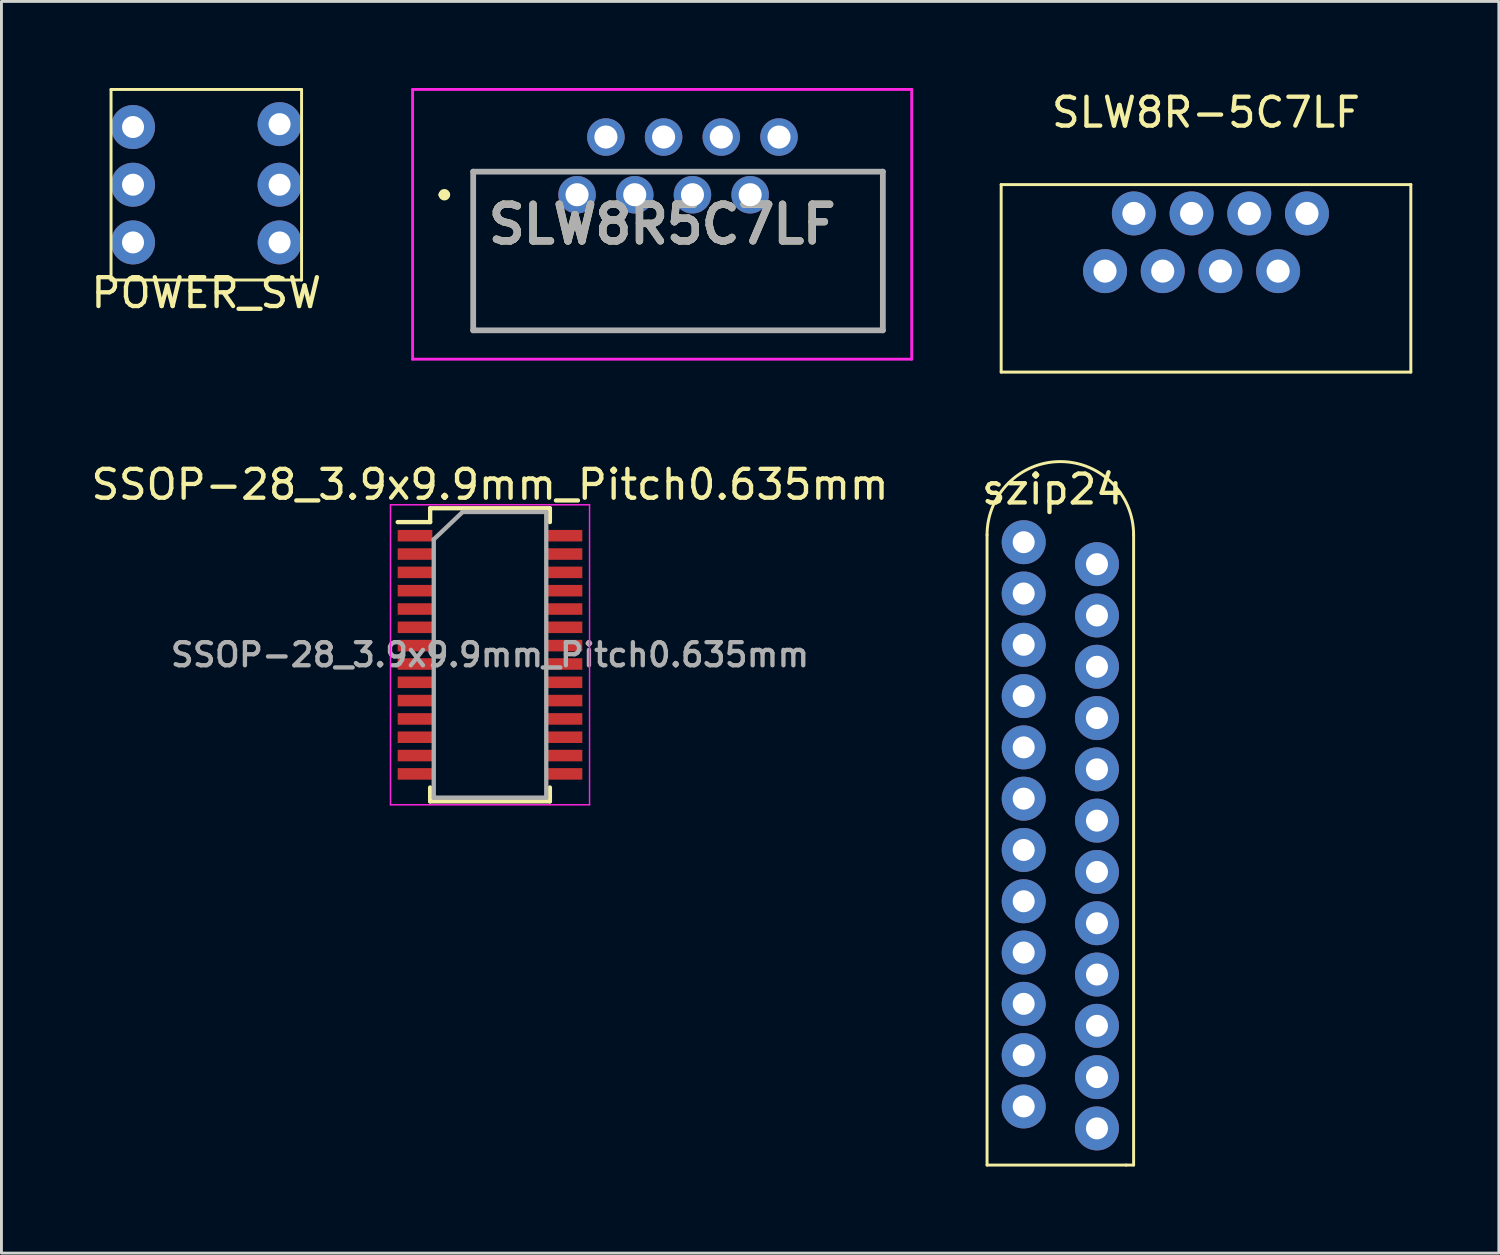
<source format=kicad_pcb>
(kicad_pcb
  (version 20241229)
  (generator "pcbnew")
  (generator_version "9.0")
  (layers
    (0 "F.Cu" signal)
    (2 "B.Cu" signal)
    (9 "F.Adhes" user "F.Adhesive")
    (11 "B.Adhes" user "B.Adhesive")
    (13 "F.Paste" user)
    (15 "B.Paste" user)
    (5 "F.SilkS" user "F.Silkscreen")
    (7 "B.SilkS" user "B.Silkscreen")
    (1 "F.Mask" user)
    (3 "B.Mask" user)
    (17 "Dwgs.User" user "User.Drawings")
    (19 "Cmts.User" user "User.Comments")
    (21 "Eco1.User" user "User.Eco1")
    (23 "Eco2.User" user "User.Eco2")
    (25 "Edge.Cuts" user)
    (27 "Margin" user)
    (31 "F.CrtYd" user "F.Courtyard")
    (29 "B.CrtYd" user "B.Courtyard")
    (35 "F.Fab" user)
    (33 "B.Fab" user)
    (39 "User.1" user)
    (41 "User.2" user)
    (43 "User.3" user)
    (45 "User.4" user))
  (footprint "SSOP-28_3.9x9.9mm_Pitch0.635mm"
    (layer "F.Cu")
    (at 13.935 19.647)
    (property "Reference" "SSOP-28_3.9x9.9mm_Pitch0.635mm" (at 0 -5.9 0) (layer "F.SilkS") (effects (font (size 1 1) (thickness 0.15))))
    (attr smd)
    (fp_line (start -2.075 -5.08) (end -2.075 -4.6) (stroke (width 0.15) (type solid)) (layer "F.SilkS"))
    (fp_line (start -2.075 -5.08) (end 2.075 -5.08) (stroke (width 0.15) (type solid)) (layer "F.SilkS"))
    (fp_line (start -2.075 -4.6) (end -3.2 -4.6) (stroke (width 0.15) (type solid)) (layer "F.SilkS"))
    (fp_line (start -2.075 5.08) (end -2.075 4.6) (stroke (width 0.15) (type solid)) (layer "F.SilkS"))
    (fp_line (start -2.075 5.08) (end 2.075 5.08) (stroke (width 0.15) (type solid)) (layer "F.SilkS"))
    (fp_line (start 2.075 -5.08) (end 2.075 -4.6) (stroke (width 0.15) (type solid)) (layer "F.SilkS"))
    (fp_line (start 2.075 5.08) (end 2.075 4.6) (stroke (width 0.15) (type solid)) (layer "F.SilkS"))
    (fp_line (start -3.45 -5.2) (end -3.45 5.2) (stroke (width 0.05) (type solid)) (layer "F.CrtYd"))
    (fp_line (start -3.45 -5.2) (end 3.45 -5.2) (stroke (width 0.05) (type solid)) (layer "F.CrtYd"))
    (fp_line (start -3.45 5.2) (end 3.45 5.2) (stroke (width 0.05) (type solid)) (layer "F.CrtYd"))
    (fp_line (start 3.45 -5.2) (end 3.45 5.2) (stroke (width 0.05) (type solid)) (layer "F.CrtYd"))
    (fp_line (start -1.95 -4) (end -0.95 -4.95) (stroke (width 0.15) (type solid)) (layer "F.Fab"))
    (fp_line (start -1.95 4.95) (end -1.95 -4) (stroke (width 0.15) (type solid)) (layer "F.Fab"))
    (fp_line (start -0.95 -4.95) (end 1.95 -4.95) (stroke (width 0.15) (type solid)) (layer "F.Fab"))
    (fp_line (start 1.95 -4.95) (end 1.95 4.95) (stroke (width 0.15) (type solid)) (layer "F.Fab"))
    (fp_line (start 1.95 4.95) (end -1.95 4.95) (stroke (width 0.15) (type solid)) (layer "F.Fab"))
    (fp_text user "${REFERENCE}" (at 0 0 0) (layer "F.Fab") (effects (font (size 0.8 0.8) (thickness 0.15))))
    (pad "1" smd rect (at -2.6 -4.128) (size 1.2 0.4) (layers "F.Cu" "F.Mask" "F.Paste"))
    (pad "2" smd rect (at -2.6 -3.493) (size 1.2 0.4) (layers "F.Cu" "F.Mask" "F.Paste"))
    (pad "3" smd rect (at -2.6 -2.857) (size 1.2 0.4) (layers "F.Cu" "F.Mask" "F.Paste"))
    (pad "4" smd rect (at -2.6 -2.223) (size 1.2 0.4) (layers "F.Cu" "F.Mask" "F.Paste"))
    (pad "5" smd rect (at -2.6 -1.587) (size 1.2 0.4) (layers "F.Cu" "F.Mask" "F.Paste"))
    (pad "6" smd rect (at -2.6 -0.953) (size 1.2 0.4) (layers "F.Cu" "F.Mask" "F.Paste"))
    (pad "7" smd rect (at -2.6 -0.318) (size 1.2 0.4) (layers "F.Cu" "F.Mask" "F.Paste"))
    (pad "8" smd rect (at -2.6 0.318) (size 1.2 0.4) (layers "F.Cu" "F.Mask" "F.Paste"))
    (pad "9" smd rect (at -2.6 0.953) (size 1.2 0.4) (layers "F.Cu" "F.Mask" "F.Paste"))
    (pad "10" smd rect (at -2.6 1.587) (size 1.2 0.4) (layers "F.Cu" "F.Mask" "F.Paste"))
    (pad "11" smd rect (at -2.6 2.223) (size 1.2 0.4) (layers "F.Cu" "F.Mask" "F.Paste"))
    (pad "12" smd rect (at -2.6 2.857) (size 1.2 0.4) (layers "F.Cu" "F.Mask" "F.Paste"))
    (pad "13" smd rect (at -2.6 3.493) (size 1.2 0.4) (layers "F.Cu" "F.Mask" "F.Paste"))
    (pad "14" smd rect (at -2.6 4.128) (size 1.2 0.4) (layers "F.Cu" "F.Mask" "F.Paste"))
    (pad "15" smd rect (at 2.6 4.128) (size 1.2 0.4) (layers "F.Cu" "F.Mask" "F.Paste"))
    (pad "16" smd rect (at 2.6 3.493) (size 1.2 0.4) (layers "F.Cu" "F.Mask" "F.Paste"))
    (pad "17" smd rect (at 2.6 2.857) (size 1.2 0.4) (layers "F.Cu" "F.Mask" "F.Paste"))
    (pad "18" smd rect (at 2.6 2.223) (size 1.2 0.4) (layers "F.Cu" "F.Mask" "F.Paste"))
    (pad "19" smd rect (at 2.6 1.587) (size 1.2 0.4) (layers "F.Cu" "F.Mask" "F.Paste"))
    (pad "20" smd rect (at 2.6 0.953) (size 1.2 0.4) (layers "F.Cu" "F.Mask" "F.Paste"))
    (pad "21" smd rect (at 2.6 0.318) (size 1.2 0.4) (layers "F.Cu" "F.Mask" "F.Paste"))
    (pad "22" smd rect (at 2.6 -0.318) (size 1.2 0.4) (layers "F.Cu" "F.Mask" "F.Paste"))
    (pad "23" smd rect (at 2.6 -0.953) (size 1.2 0.4) (layers "F.Cu" "F.Mask" "F.Paste"))
    (pad "24" smd rect (at 2.6 -1.587) (size 1.2 0.4) (layers "F.Cu" "F.Mask" "F.Paste"))
    (pad "25" smd rect (at 2.6 -2.223) (size 1.2 0.4) (layers "F.Cu" "F.Mask" "F.Paste"))
    (pad "26" smd rect (at 2.6 -2.857) (size 1.2 0.4) (layers "F.Cu" "F.Mask" "F.Paste"))
    (pad "27" smd rect (at 2.6 -3.493) (size 1.2 0.4) (layers "F.Cu" "F.Mask" "F.Paste"))
    (pad "28" smd rect (at 2.6 -4.128) (size 1.2 0.4) (layers "F.Cu" "F.Mask" "F.Paste")))
  (footprint "SLW8R-5C7LF"
    (layer "F.Cu")
    (at 38.753 0.348)
    (property "Reference" "SLW8R-5C7LF" (at 0 0.5 0) (layer "F.SilkS") (effects (font (size 1 1) (thickness 0.15))))
    (attr through_hole)
    (fp_line (start -7.1 3) (end -7.1 9.5) (stroke (width 0.102) (type solid)) (layer "F.SilkS"))
    (fp_line (start -7.1 3) (end 7.1 3) (stroke (width 0.102) (type solid)) (layer "F.SilkS"))
    (fp_line (start -7.1 9.5) (end 7.1 9.5) (stroke (width 0.102) (type solid)) (layer "F.SilkS"))
    (fp_line (start 7.1 3) (end 7.1 9.5) (stroke (width 0.102) (type solid)) (layer "F.SilkS"))
    (pad "1" thru_hole circle (at -3.5 6) (size 1.524 1.524) (drill 0.8) (layers "*.Cu" "*.Mask"))
    (pad "2" thru_hole circle (at -2.5 4) (size 1.524 1.524) (drill 0.8) (layers "*.Cu" "*.Mask"))
    (pad "3" thru_hole circle (at -1.5 6) (size 1.524 1.524) (drill 0.8) (layers "*.Cu" "*.Mask"))
    (pad "4" thru_hole circle (at -0.5 4) (size 1.524 1.524) (drill 0.8) (layers "*.Cu" "*.Mask"))
    (pad "5" thru_hole circle (at 0.5 6) (size 1.524 1.524) (drill 0.8) (layers "*.Cu" "*.Mask"))
    (pad "6" thru_hole circle (at 1.5 4) (size 1.524 1.524) (drill 0.8) (layers "*.Cu" "*.Mask"))
    (pad "7" thru_hole circle (at 2.5 6) (size 1.524 1.524) (drill 0.8) (layers "*.Cu" "*.Mask"))
    (pad "8" thru_hole circle (at 3.5 4) (size 1.524 1.524) (drill 0.8) (layers "*.Cu" "*.Mask")))
  (footprint "SLW8R5C7LF"
    (layer "F.Cu")
    (at 16.952 3.7)
    (property "Reference" "SLW8R5C7LF" (at 2.95 1.025 180) (layer "F.SilkS") (effects (font (size 1.27 1.27) (thickness 0.254))))
    (attr through_hole)
    (fp_line (start -4.7 0) (end -4.7 0) (stroke (width 0.2) (type solid)) (layer "F.SilkS"))
    (fp_line (start -4.5 0) (end -4.5 0) (stroke (width 0.2) (type solid)) (layer "F.SilkS"))
    (fp_line (start -3.6 -0.8) (end -3.6 4.7) (stroke (width 0.1) (type solid)) (layer "F.SilkS"))
    (fp_line (start -3.6 4.7) (end 10.6 4.7) (stroke (width 0.1) (type solid)) (layer "F.SilkS"))
    (fp_line (start -1 -0.8) (end -3.6 -0.8) (stroke (width 0.1) (type solid)) (layer "F.SilkS"))
    (fp_line (start 10.6 -0.8) (end 8 -0.8) (stroke (width 0.1) (type solid)) (layer "F.SilkS"))
    (fp_line (start 10.6 4.7) (end 10.6 -0.8) (stroke (width 0.1) (type solid)) (layer "F.SilkS"))
    (fp_arc (start -4.7 0) (mid -4.6 -0.1) (end -4.5 0) (stroke (width 0.2) (type solid)) (layer "F.SilkS"))
    (fp_arc (start -4.5 0) (mid -4.6 0.1) (end -4.7 0) (stroke (width 0.2) (type solid)) (layer "F.SilkS"))
    (fp_line (start -5.7 -3.65) (end 11.6 -3.65) (stroke (width 0.1) (type solid)) (layer "F.CrtYd"))
    (fp_line (start -5.7 5.7) (end -5.7 -3.65) (stroke (width 0.1) (type solid)) (layer "F.CrtYd"))
    (fp_line (start 11.6 -3.65) (end 11.6 5.7) (stroke (width 0.1) (type solid)) (layer "F.CrtYd"))
    (fp_line (start 11.6 5.7) (end -5.7 5.7) (stroke (width 0.1) (type solid)) (layer "F.CrtYd"))
    (fp_line (start -3.6 -0.8) (end 10.6 -0.8) (stroke (width 0.2) (type solid)) (layer "F.Fab"))
    (fp_line (start -3.6 4.7) (end -3.6 -0.8) (stroke (width 0.2) (type solid)) (layer "F.Fab"))
    (fp_line (start 10.6 -0.8) (end 10.6 4.7) (stroke (width 0.2) (type solid)) (layer "F.Fab"))
    (fp_line (start 10.6 4.7) (end -3.6 4.7) (stroke (width 0.2) (type solid)) (layer "F.Fab"))
    (fp_text user "${REFERENCE}" (at 2.95 1.025 180) (layer "F.Fab") (effects (font (size 1.27 1.27) (thickness 0.254))))
    (pad "1" thru_hole circle (at 0 0) (size 1.3 1.3) (drill 0.8) (layers "*.Cu" "*.Mask"))
    (pad "2" thru_hole circle (at 1 -2) (size 1.3 1.3) (drill 0.8) (layers "*.Cu" "*.Mask"))
    (pad "3" thru_hole circle (at 2 0) (size 1.3 1.3) (drill 0.8) (layers "*.Cu" "*.Mask"))
    (pad "4" thru_hole circle (at 3 -2) (size 1.3 1.3) (drill 0.8) (layers "*.Cu" "*.Mask"))
    (pad "5" thru_hole circle (at 4 0) (size 1.3 1.3) (drill 0.8) (layers "*.Cu" "*.Mask"))
    (pad "6" thru_hole circle (at 5 -2) (size 1.3 1.3) (drill 0.8) (layers "*.Cu" "*.Mask"))
    (pad "7" thru_hole circle (at 6 0) (size 1.3 1.3) (drill 0.8) (layers "*.Cu" "*.Mask"))
    (pad "8" thru_hole circle (at 7 -2) (size 1.3 1.3) (drill 0.8) (layers "*.Cu" "*.Mask")))
  (footprint "szip24"
    (layer "F.Cu")
    (at 33.704 25.65)
    (property "Reference" "szip24" (at -0.258 -11.739 0) (layer "F.SilkS") (effects (font (size 1 1) (thickness 0.15))))
    (attr through_hole)
    (fp_line (start -2.54 -10.16) (end -2.54 11.684) (stroke (width 0.102) (type solid)) (layer "F.SilkS"))
    (fp_line (start -2.54 11.684) (end 2.286 11.684) (stroke (width 0.102) (type solid)) (layer "F.SilkS"))
    (fp_line (start 2.286 11.684) (end 2.54 11.684) (stroke (width 0.102) (type solid)) (layer "F.SilkS"))
    (fp_line (start 2.54 11.684) (end 2.54 -10.16) (stroke (width 0.102) (type solid)) (layer "F.SilkS"))
    (fp_arc (start -2.54 -10.16) (mid 0 -12.7) (end 2.54 -10.16) (stroke (width 0.1016) (type solid)) (layer "F.SilkS"))
    (pad "1" thru_hole circle (at -1.27 -9.906 270) (size 1.524 1.524) (drill 0.762) (layers "*.Cu" "*.Mask"))
    (pad "2" thru_hole circle (at 1.27 -9.144) (size 1.524 1.524) (drill 0.762) (layers "*.Cu" "*.Mask"))
    (pad "3" thru_hole circle (at -1.27 -8.128) (size 1.524 1.524) (drill 0.762) (layers "*.Cu" "*.Mask"))
    (pad "4" thru_hole circle (at 1.27 -7.366) (size 1.524 1.524) (drill 0.762) (layers "*.Cu" "*.Mask"))
    (pad "5" thru_hole circle (at -1.27 -6.35) (size 1.524 1.524) (drill 0.762) (layers "*.Cu" "*.Mask"))
    (pad "6" thru_hole circle (at 1.27 -5.588) (size 1.524 1.524) (drill 0.762) (layers "*.Cu" "*.Mask"))
    (pad "7" thru_hole circle (at -1.27 -4.572) (size 1.524 1.524) (drill 0.762) (layers "*.Cu" "*.Mask"))
    (pad "8" thru_hole circle (at 1.27 -3.81) (size 1.524 1.524) (drill 0.762) (layers "*.Cu" "*.Mask"))
    (pad "9" thru_hole circle (at -1.27 -2.794) (size 1.524 1.524) (drill 0.762) (layers "*.Cu" "*.Mask"))
    (pad "10" thru_hole circle (at 1.27 -2.032) (size 1.524 1.524) (drill 0.762) (layers "*.Cu" "*.Mask"))
    (pad "11" thru_hole circle (at -1.27 -1.016) (size 1.524 1.524) (drill 0.762) (layers "*.Cu" "*.Mask"))
    (pad "12" thru_hole circle (at 1.27 -0.254) (size 1.524 1.524) (drill 0.762) (layers "*.Cu" "*.Mask"))
    (pad "13" thru_hole circle (at -1.27 0.762) (size 1.524 1.524) (drill 0.762) (layers "*.Cu" "*.Mask"))
    (pad "14" thru_hole circle (at 1.27 1.524) (size 1.524 1.524) (drill 0.762) (layers "*.Cu" "*.Mask"))
    (pad "15" thru_hole circle (at -1.27 2.54) (size 1.524 1.524) (drill 0.762) (layers "*.Cu" "*.Mask"))
    (pad "16" thru_hole circle (at 1.27 3.302) (size 1.524 1.524) (drill 0.762) (layers "*.Cu" "*.Mask"))
    (pad "17" thru_hole circle (at -1.27 4.318) (size 1.524 1.524) (drill 0.762) (layers "*.Cu" "*.Mask"))
    (pad "18" thru_hole circle (at 1.27 5.08) (size 1.524 1.524) (drill 0.762) (layers "*.Cu" "*.Mask"))
    (pad "19" thru_hole circle (at -1.27 6.096) (size 1.524 1.524) (drill 0.762) (layers "*.Cu" "*.Mask"))
    (pad "20" thru_hole circle (at 1.27 6.858) (size 1.524 1.524) (drill 0.762) (layers "*.Cu" "*.Mask"))
    (pad "21" thru_hole circle (at -1.27 7.874) (size 1.524 1.524) (drill 0.762) (layers "*.Cu" "*.Mask"))
    (pad "22" thru_hole circle (at 1.27 8.636) (size 1.524 1.524) (drill 0.762) (layers "*.Cu" "*.Mask"))
    (pad "23" thru_hole circle (at -1.27 9.652) (size 1.524 1.524) (drill 0.762) (layers "*.Cu" "*.Mask"))
    (pad "24" thru_hole circle (at 1.27 10.414) (size 1.524 1.524) (drill 0.762) (layers "*.Cu" "*.Mask")))
  (footprint "POWER_SW"
    (layer "F.Cu")
    (at 4.101 3.353)
    (property "Reference" "POWER_SW" (at 0 3.75 0) (layer "F.SilkS") (effects (font (size 1 1) (thickness 0.15))))
    (attr through_hole)
    (fp_line (start -3.302 -3.302) (end -3.302 3.302) (stroke (width 0.102) (type solid)) (layer "F.SilkS"))
    (fp_line (start -3.302 3.302) (end 3.302 3.302) (stroke (width 0.102) (type solid)) (layer "F.SilkS"))
    (fp_line (start 3.302 -3.302) (end -3.302 -3.302) (stroke (width 0.102) (type solid)) (layer "F.SilkS"))
    (fp_line (start 3.302 3.302) (end 3.302 -3.302) (stroke (width 0.102) (type solid)) (layer "F.SilkS"))
    (pad "1" thru_hole circle (at -2.54 -2) (size 1.524 1.524) (drill 0.762) (layers "*.Cu" "*.Mask"))
    (pad "2" thru_hole circle (at 2.54 -2.1) (size 1.524 1.524) (drill 0.762) (layers "*.Cu" "*.Mask"))
    (pad "3" thru_hole circle (at -2.54 0) (size 1.524 1.524) (drill 0.762) (layers "*.Cu" "*.Mask"))
    (pad "4" thru_hole circle (at 2.54 0) (size 1.524 1.524) (drill 0.762) (layers "*.Cu" "*.Mask"))
    (pad "5" thru_hole circle (at -2.54 2) (size 1.524 1.524) (drill 0.762) (layers "*.Cu" "*.Mask"))
    (pad "6" thru_hole circle (at 2.54 2) (size 1.524 1.524) (drill 0.762) (layers "*.Cu" "*.Mask")))
  (gr_rect
    (start -3 -3)
    (end 48.904 40.385)
    (stroke (width 0.1) (type default))
    (fill no)
    (layer "Edge.Cuts")))
</source>
